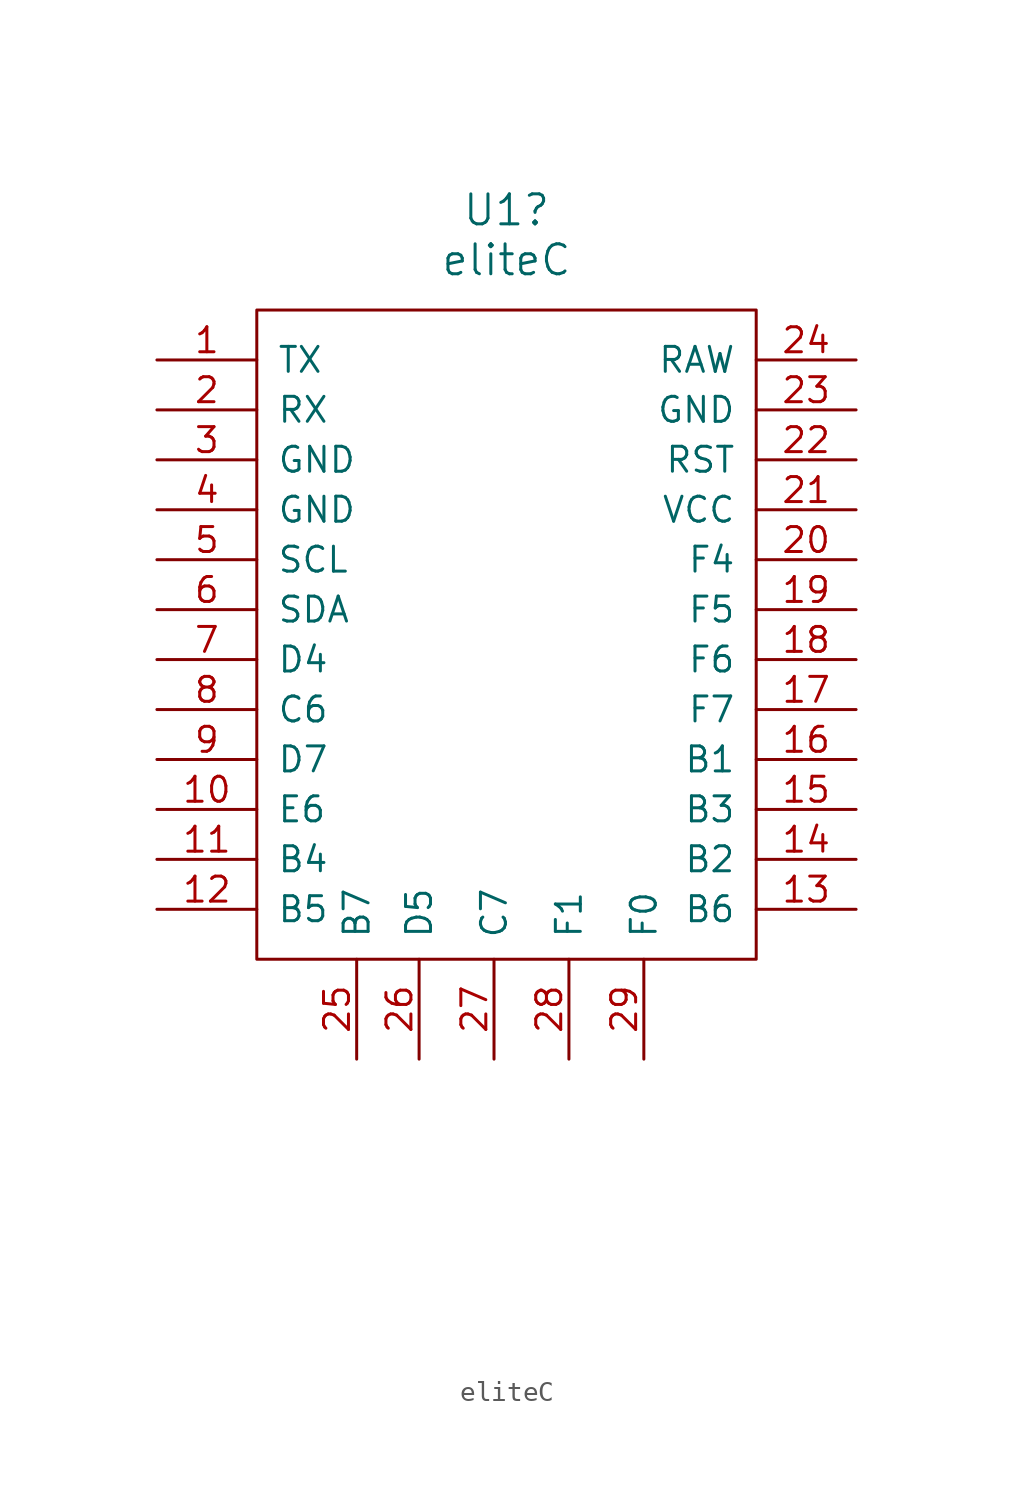
<source format=kicad_sym>
(kicad_symbol_lib
  (version 20231120)
  (generator "kicad_symbol_editor")
  (generator_version "8.0")
  (symbol "eliteC"
    (pin_names
      (offset 1.016))
    (property "Reference" "U1"
      (at 0 26.67 0)
      (effects (font (size 1.524 1.524))))
    (property "Value" "eliteC"
      (at 0 24.13 0)
      (effects (font (size 1.524 1.524))))
    (property "Datasheet" ""
      (at 2.54 -26.67 0)
      (effects (font (size 1.524 1.524))))
    (symbol "eliteC_0_1"
      (rectangle (start -12.7 21.59) (end 12.7 -11.43) (stroke (width 0) (type default)) (fill (type none))))
    (symbol "eliteC_1_1"
      (pin bidirectional line (at -17.78 19.05 0) (length 5.08) (name "TX" (effects (font (size 1.27 1.27)))) (number "1" (effects (font (size 1.27 1.27)))))
      (pin bidirectional line (at -17.78 -3.81 0) (length 5.08) (name "E6" (effects (font (size 1.27 1.27)))) (number "10" (effects (font (size 1.27 1.27)))))
      (pin bidirectional line (at -17.78 -6.35 0) (length 5.08) (name "B4" (effects (font (size 1.27 1.27)))) (number "11" (effects (font (size 1.27 1.27)))))
      (pin bidirectional line (at -17.78 -8.89 0) (length 5.08) (name "B5" (effects (font (size 1.27 1.27)))) (number "12" (effects (font (size 1.27 1.27)))))
      (pin bidirectional line (at 17.78 -8.89 180) (length 5.08) (name "B6" (effects (font (size 1.27 1.27)))) (number "13" (effects (font (size 1.27 1.27)))))
      (pin bidirectional line (at 17.78 -6.35 180) (length 5.08) (name "B2" (effects (font (size 1.27 1.27)))) (number "14" (effects (font (size 1.27 1.27)))))
      (pin bidirectional line (at 17.78 -3.81 180) (length 5.08) (name "B3" (effects (font (size 1.27 1.27)))) (number "15" (effects (font (size 1.27 1.27)))))
      (pin bidirectional line (at 17.78 -1.27 180) (length 5.08) (name "B1" (effects (font (size 1.27 1.27)))) (number "16" (effects (font (size 1.27 1.27)))))
      (pin bidirectional line (at 17.78 1.27 180) (length 5.08) (name "F7" (effects (font (size 1.27 1.27)))) (number "17" (effects (font (size 1.27 1.27)))))
      (pin bidirectional line (at 17.78 3.81 180) (length 5.08) (name "F6" (effects (font (size 1.27 1.27)))) (number "18" (effects (font (size 1.27 1.27)))))
      (pin bidirectional line (at 17.78 6.35 180) (length 5.08) (name "F5" (effects (font (size 1.27 1.27)))) (number "19" (effects (font (size 1.27 1.27)))))
      (pin bidirectional line (at -17.78 16.51 0) (length 5.08) (name "RX" (effects (font (size 1.27 1.27)))) (number "2" (effects (font (size 1.27 1.27)))))
      (pin bidirectional line (at 17.78 8.89 180) (length 5.08) (name "F4" (effects (font (size 1.27 1.27)))) (number "20" (effects (font (size 1.27 1.27)))))
      (pin power_in line (at 17.78 11.43 180) (length 5.08) (name "VCC" (effects (font (size 1.27 1.27)))) (number "21" (effects (font (size 1.27 1.27)))))
      (pin input line (at 17.78 13.97 180) (length 5.08) (name "RST" (effects (font (size 1.27 1.27)))) (number "22" (effects (font (size 1.27 1.27)))))
      (pin power_in line (at 17.78 16.51 180) (length 5.08) (name "GND" (effects (font (size 1.27 1.27)))) (number "23" (effects (font (size 1.27 1.27)))))
      (pin power_out line (at 17.78 19.05 180) (length 5.08) (name "RAW" (effects (font (size 1.27 1.27)))) (number "24" (effects (font (size 1.27 1.27)))))
      (pin bidirectional line (at -7.62 -16.51 90) (length 5.08) (name "B7" (effects (font (size 1.27 1.27)))) (number "25" (effects (font (size 1.27 1.27)))))
      (pin bidirectional line (at -4.445 -16.51 90) (length 5.08) (name "D5" (effects (font (size 1.27 1.27)))) (number "26" (effects (font (size 1.27 1.27)))))
      (pin bidirectional line (at -0.635 -16.51 90) (length 5.08) (name "C7" (effects (font (size 1.27 1.27)))) (number "27" (effects (font (size 1.27 1.27)))))
      (pin bidirectional line (at 3.175 -16.51 90) (length 5.08) (name "F1" (effects (font (size 1.27 1.27)))) (number "28" (effects (font (size 1.27 1.27)))))
      (pin bidirectional line (at 6.985 -16.51 90) (length 5.08) (name "F0" (effects (font (size 1.27 1.27)))) (number "29" (effects (font (size 1.27 1.27)))))
      (pin power_in line (at -17.78 13.97 0) (length 5.08) (name "GND" (effects (font (size 1.27 1.27)))) (number "3" (effects (font (size 1.27 1.27)))))
      (pin power_in line (at -17.78 11.43 0) (length 5.08) (name "GND" (effects (font (size 1.27 1.27)))) (number "4" (effects (font (size 1.27 1.27)))))
      (pin bidirectional line (at -17.78 8.89 0) (length 5.08) (name "SCL" (effects (font (size 1.27 1.27)))) (number "5" (effects (font (size 1.27 1.27)))))
      (pin bidirectional line (at -17.78 6.35 0) (length 5.08) (name "SDA" (effects (font (size 1.27 1.27)))) (number "6" (effects (font (size 1.27 1.27)))))
      (pin bidirectional line (at -17.78 3.81 0) (length 5.08) (name "D4" (effects (font (size 1.27 1.27)))) (number "7" (effects (font (size 1.27 1.27)))))
      (pin bidirectional line (at -17.78 1.27 0) (length 5.08) (name "C6" (effects (font (size 1.27 1.27)))) (number "8" (effects (font (size 1.27 1.27)))))
      (pin bidirectional line (at -17.78 -1.27 0) (length 5.08) (name "D7" (effects (font (size 1.27 1.27)))) (number "9" (effects (font (size 1.27 1.27))))))))
</source>
